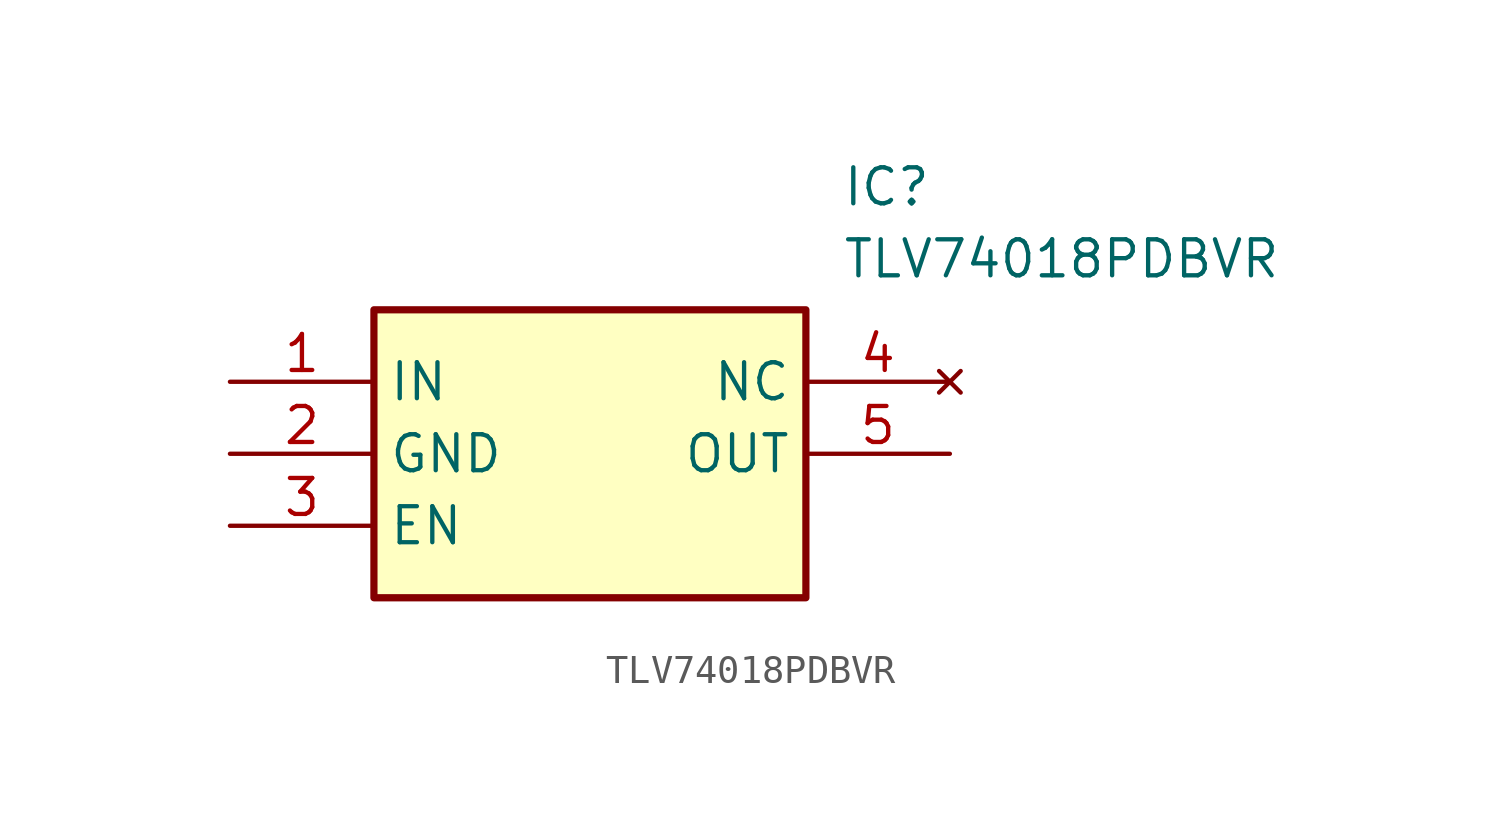
<source format=kicad_sym>
(kicad_symbol_lib
  (version 20211014)
  (generator SamacSys_ECAD_Model)
  (symbol "TLV74018PDBVR"
    (property "Reference" "IC"
      (at 21.59 7.62 0)
      (effects (font (size 1.27 1.27)) (justify left top)))
    (property "Value" "TLV74018PDBVR"
      (at 21.59 5.08 0)
      (effects (font (size 1.27 1.27)) (justify left top)))
    (rectangle
      (start 5.08 2.54)
      (end 20.32 -7.62)
      (stroke (width 0.254) (type default))
      (fill (type background)))
    (pin passive line
      (at 0 0 0)
      (length 5.08)
      (name "IN" (effects (font (size 1.27 1.27))))
      (number "1" (effects (font (size 1.27 1.27)))))
    (pin passive line
      (at 0 -2.54 0)
      (length 5.08)
      (name "GND" (effects (font (size 1.27 1.27))))
      (number "2" (effects (font (size 1.27 1.27)))))
    (pin passive line
      (at 0 -5.08 0)
      (length 5.08)
      (name "EN" (effects (font (size 1.27 1.27))))
      (number "3" (effects (font (size 1.27 1.27)))))
    (pin no_connect line
      (at 25.4 0 180)
      (length 5.08)
      (name "NC" (effects (font (size 1.27 1.27))))
      (number "4" (effects (font (size 1.27 1.27)))))
    (pin passive line
      (at 25.4 -2.54 180)
      (length 5.08)
      (name "OUT" (effects (font (size 1.27 1.27))))
      (number "5" (effects (font (size 1.27 1.27)))))))
</source>
